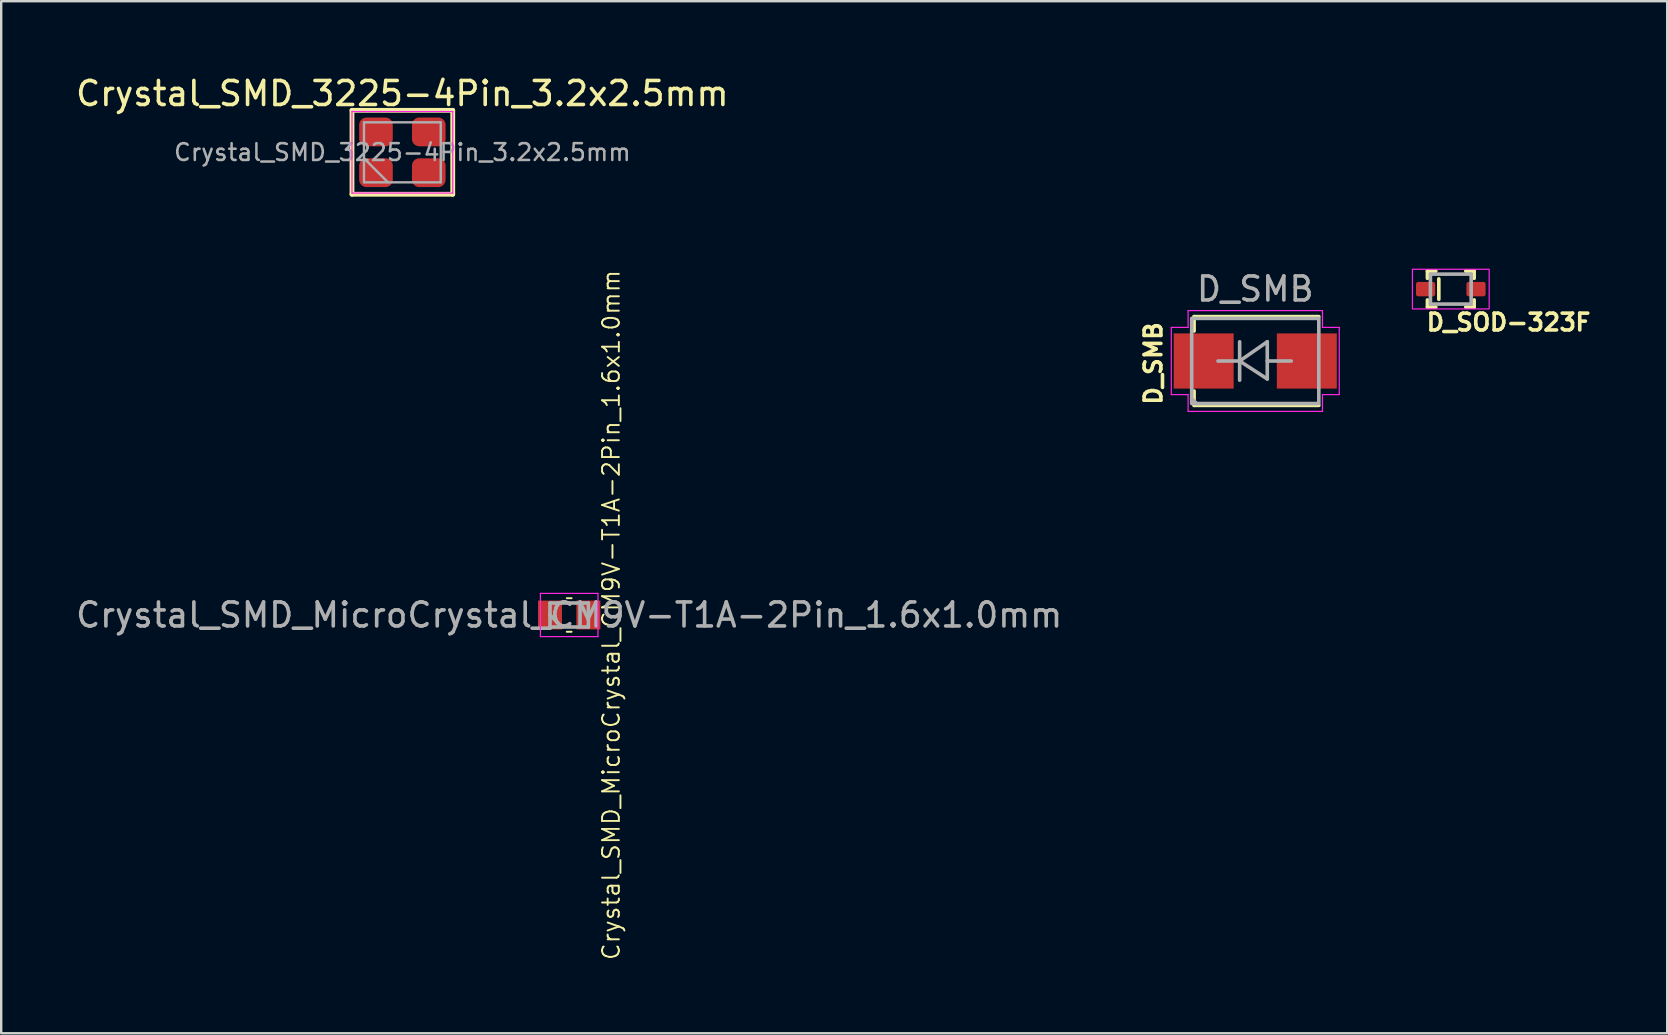
<source format=kicad_pcb>
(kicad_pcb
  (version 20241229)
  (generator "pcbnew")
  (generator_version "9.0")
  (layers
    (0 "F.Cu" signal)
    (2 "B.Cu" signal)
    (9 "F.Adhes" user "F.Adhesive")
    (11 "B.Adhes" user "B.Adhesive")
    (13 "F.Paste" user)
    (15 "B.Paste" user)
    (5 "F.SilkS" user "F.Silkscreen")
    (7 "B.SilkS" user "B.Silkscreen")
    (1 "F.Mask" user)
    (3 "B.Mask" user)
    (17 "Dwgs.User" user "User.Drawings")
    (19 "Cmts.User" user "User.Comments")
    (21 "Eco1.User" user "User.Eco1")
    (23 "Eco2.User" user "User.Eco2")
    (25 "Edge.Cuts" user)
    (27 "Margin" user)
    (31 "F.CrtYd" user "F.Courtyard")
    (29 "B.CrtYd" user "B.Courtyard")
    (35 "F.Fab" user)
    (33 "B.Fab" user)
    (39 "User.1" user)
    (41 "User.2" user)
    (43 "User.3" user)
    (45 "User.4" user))
  (footprint "Crystal_SMD_3225-4Pin_3.2x2.5mm"
    (layer "F.Cu")
    (at 13.72 3.298)
    (property "Reference" "Crystal_SMD_3225-4Pin_3.2x2.5mm" (at 0 -2.45 0) (layer "F.SilkS") (effects (font (size 1 1) (thickness 0.15))))
    (attr smd)
    (fp_line (start -2.1 -1.75) (end -2.1 1.75) (stroke (width 0.2) (type solid)) (layer "F.SilkS"))
    (fp_line (start -2.1 1.75) (end 2.1 1.75) (stroke (width 0.2) (type solid)) (layer "F.SilkS"))
    (fp_line (start 2.1 -1.75) (end -2.1 -1.75) (stroke (width 0.2) (type solid)) (layer "F.SilkS"))
    (fp_line (start 2.1 -1.75) (end 2.1 1.75) (stroke (width 0.2) (type solid)) (layer "F.SilkS"))
    (fp_line (start -2.1 -1.7) (end -2.1 1.7) (stroke (width 0.05) (type solid)) (layer "F.CrtYd"))
    (fp_line (start -2.1 1.7) (end 2.1 1.7) (stroke (width 0.05) (type solid)) (layer "F.CrtYd"))
    (fp_line (start 2.1 -1.7) (end -2.1 -1.7) (stroke (width 0.05) (type solid)) (layer "F.CrtYd"))
    (fp_line (start 2.1 1.7) (end 2.1 -1.7) (stroke (width 0.05) (type solid)) (layer "F.CrtYd"))
    (fp_line (start -1.6 -1.25) (end -1.6 1.25) (stroke (width 0.1) (type solid)) (layer "F.Fab"))
    (fp_line (start -1.6 0.25) (end -0.6 1.25) (stroke (width 0.1) (type solid)) (layer "F.Fab"))
    (fp_line (start -1.6 1.25) (end 1.6 1.25) (stroke (width 0.1) (type solid)) (layer "F.Fab"))
    (fp_line (start 1.6 -1.25) (end -1.6 -1.25) (stroke (width 0.1) (type solid)) (layer "F.Fab"))
    (fp_line (start 1.6 1.25) (end 1.6 -1.25) (stroke (width 0.1) (type solid)) (layer "F.Fab"))
    (fp_text user "${REFERENCE}" (at 0 0 0) (layer "F.Fab") (effects (font (size 0.7 0.7) (thickness 0.105))))
    (pad "1" smd roundrect (at -1.1 0.85) (size 1.4 1.2) (layers "F.Cu" "F.Mask" "F.Paste") (roundrect_rratio 0.25))
    (pad "2" smd roundrect (at 1.1 0.85) (size 1.4 1.2) (layers "F.Cu" "F.Mask" "F.Paste") (roundrect_rratio 0.25))
    (pad "3" smd roundrect (at 1.1 -0.85) (size 1.4 1.2) (layers "F.Cu" "F.Mask" "F.Paste") (roundrect_rratio 0.25))
    (pad "4" smd roundrect (at -1.1 -0.85) (size 1.4 1.2) (layers "F.Cu" "F.Mask" "F.Paste") (roundrect_rratio 0.25)))
  (footprint "D_SMB"
    (layer "F.Cu")
    (at 49.268 11.996)
    (property "Reference" "D_SMB" (at -4.25 0.1 270) (layer "F.SilkS") (effects (font (size 0.7 0.7) (thickness 0.15))))
    (attr smd)
    (fp_line (start -2.55 -1.25) (end -2.55 -1.85) (stroke (width 0.15) (type solid)) (layer "F.SilkS"))
    (fp_line (start -2.55 1.85) (end -2.55 1.25) (stroke (width 0.15) (type solid)) (layer "F.SilkS"))
    (fp_line (start 2.65 -1.85) (end -2.55 -1.85) (stroke (width 0.15) (type solid)) (layer "F.SilkS"))
    (fp_line (start 2.65 1.85) (end -2.55 1.85) (stroke (width 0.15) (type solid)) (layer "F.SilkS"))
    (fp_line (start -3.5 -1.4) (end -3.5 1.4) (stroke (width 0.05) (type solid)) (layer "F.CrtYd"))
    (fp_line (start -3.5 1.4) (end -2.8 1.4) (stroke (width 0.05) (type solid)) (layer "F.CrtYd"))
    (fp_line (start -2.8 -2.1) (end -2.8 -1.4) (stroke (width 0.05) (type solid)) (layer "F.CrtYd"))
    (fp_line (start -2.8 -1.4) (end -3.5 -1.4) (stroke (width 0.05) (type solid)) (layer "F.CrtYd"))
    (fp_line (start -2.8 1.4) (end -2.8 2.1) (stroke (width 0.05) (type solid)) (layer "F.CrtYd"))
    (fp_line (start -2.8 2.1) (end 2.8 2.1) (stroke (width 0.05) (type solid)) (layer "F.CrtYd"))
    (fp_line (start 2.8 -2.1) (end -2.8 -2.1) (stroke (width 0.05) (type solid)) (layer "F.CrtYd"))
    (fp_line (start 2.8 -1.4) (end 2.8 -2.1) (stroke (width 0.05) (type solid)) (layer "F.CrtYd"))
    (fp_line (start 2.8 1.4) (end 3.5 1.4) (stroke (width 0.05) (type solid)) (layer "F.CrtYd"))
    (fp_line (start 2.8 2.1) (end 2.8 1.4) (stroke (width 0.05) (type solid)) (layer "F.CrtYd"))
    (fp_line (start 3.5 -1.4) (end 2.8 -1.4) (stroke (width 0.05) (type solid)) (layer "F.CrtYd"))
    (fp_line (start 3.5 1.4) (end 3.5 -1.4) (stroke (width 0.05) (type solid)) (layer "F.CrtYd"))
    (fp_line (start -2.45 1.77) (end -2.65 1.57) (stroke (width 0.15) (type solid)) (layer "F.Fab"))
    (fp_line (start -1.553 0.001) (end -0.651 0.001) (stroke (width 0.15) (type solid)) (layer "F.Fab"))
    (fp_line (start -0.651 0.801) (end -0.651 -0.801) (stroke (width 0.15) (type solid)) (layer "F.Fab"))
    (fp_line (start 0.5 -0.801) (end -0.651 0.001) (stroke (width 0.15) (type solid)) (layer "F.Fab"))
    (fp_line (start 0.5 -0.801) (end 0.5 0.749) (stroke (width 0.15) (type solid)) (layer "F.Fab"))
    (fp_line (start 0.5 0.749) (end -0.651 0.001) (stroke (width 0.15) (type solid)) (layer "F.Fab"))
    (fp_line (start 1.499 0.001) (end 0.5 0.001) (stroke (width 0.15) (type solid)) (layer "F.Fab"))
    (fp_rect (start 2.648 1.773) (end -2.65 -1.776) (stroke (width 0.15) (type solid)) (fill no) (layer "F.Fab"))
    (fp_rect (start 2.648 1.773) (end -2.65 -1.776) (stroke (width 0.1) (type solid)) (fill no) (layer "User.5"))
    (fp_line (start -2.65 -1) (end -2.65 0.998) (stroke (width 0.02) (type solid)) (layer "User.9"))
    (fp_line (start -2.504 -1) (end -2.65 -1) (stroke (width 0.02) (type solid)) (layer "User.9"))
    (fp_line (start -2.504 0.998) (end -2.65 0.998) (stroke (width 0.02) (type solid)) (layer "User.9"))
    (fp_line (start -2.504 0.998) (end -2.431 0.998) (stroke (width 0.02) (type solid)) (layer "User.9"))
    (fp_line (start -2.431 -1.776) (end 2.43 -1.776) (stroke (width 0.02) (type solid)) (layer "User.9"))
    (fp_line (start -2.431 -1) (end -2.504 -1) (stroke (width 0.02) (type solid)) (layer "User.9"))
    (fp_line (start -2.431 1.773) (end -2.431 -1.776) (stroke (width 0.02) (type solid)) (layer "User.9"))
    (fp_line (start -2.347 -1.692) (end -2.431 -1.776) (stroke (width 0.02) (type solid)) (layer "User.9"))
    (fp_line (start -2.347 -1.692) (end 2.346 -1.692) (stroke (width 0.02) (type solid)) (layer "User.9"))
    (fp_line (start -2.347 1.691) (end -2.431 1.773) (stroke (width 0.02) (type solid)) (layer "User.9"))
    (fp_line (start -2.347 1.691) (end -2.347 -1.692) (stroke (width 0.02) (type solid)) (layer "User.9"))
    (fp_line (start -2.265 -1.609) (end -1.665 -1.609) (stroke (width 0.02) (type solid)) (layer "User.9"))
    (fp_line (start -2.265 1.608) (end -2.265 -1.609) (stroke (width 0.02) (type solid)) (layer "User.9"))
    (fp_line (start -1.665 -1.609) (end -1.665 1.608) (stroke (width 0.02) (type solid)) (layer "User.9"))
    (fp_line (start -1.665 1.608) (end -2.265 1.608) (stroke (width 0.02) (type solid)) (layer "User.9"))
    (fp_line (start 2.346 -1.692) (end 2.346 1.691) (stroke (width 0.02) (type solid)) (layer "User.9"))
    (fp_line (start 2.346 -1.692) (end 2.43 -1.776) (stroke (width 0.02) (type solid)) (layer "User.9"))
    (fp_line (start 2.346 1.691) (end -2.347 1.691) (stroke (width 0.02) (type solid)) (layer "User.9"))
    (fp_line (start 2.346 1.691) (end 2.43 1.773) (stroke (width 0.02) (type solid)) (layer "User.9"))
    (fp_line (start 2.43 -1.776) (end 2.43 1.773) (stroke (width 0.02) (type solid)) (layer "User.9"))
    (fp_line (start 2.43 0.998) (end 2.503 0.998) (stroke (width 0.02) (type solid)) (layer "User.9"))
    (fp_line (start 2.43 1.773) (end -2.431 1.773) (stroke (width 0.02) (type solid)) (layer "User.9"))
    (fp_line (start 2.503 -1) (end 2.43 -1) (stroke (width 0.02) (type solid)) (layer "User.9"))
    (fp_line (start 2.503 -1) (end 2.648 -1) (stroke (width 0.02) (type solid)) (layer "User.9"))
    (fp_line (start 2.503 0.998) (end 2.648 0.998) (stroke (width 0.02) (type solid)) (layer "User.9"))
    (fp_line (start 2.648 0.998) (end 2.648 -1) (stroke (width 0.02) (type solid)) (layer "User.9"))
    (fp_line (start 2.648 0.998) (end 2.648 -1) (stroke (width 0.02) (type solid)) (layer "User.9"))
    (fp_text user "${REFERENCE}" (at 0 -3 180) (layer "F.Fab") (effects (font (size 1 1) (thickness 0.15))))
    (pad "1" smd rect (at -2.15 0 180) (size 2.5 2.3) (layers "F.Cu" "F.Mask" "F.Paste"))
    (pad "2" smd rect (at 2.148 0 180) (size 2.5 2.3) (layers "F.Cu" "F.Mask" "F.Paste")))
  (footprint "D_SOD-323F"
    (layer "F.Cu")
    (at 57.418 9)
    (property "Reference" "D_SOD-323F" (at -1.092 1.794 180) (layer "F.SilkS") (effects (font (size 0.7 0.7) (thickness 0.15)) (justify left bottom)))
    (attr smd)
    (fp_line (start -0.975 -0.75) (end -0.625 -0.75) (stroke (width 0.15) (type solid)) (layer "F.SilkS"))
    (fp_line (start -0.975 -0.45) (end -0.975 -0.75) (stroke (width 0.15) (type solid)) (layer "F.SilkS"))
    (fp_line (start -0.975 0.45) (end -0.975 0.748) (stroke (width 0.15) (type solid)) (layer "F.SilkS"))
    (fp_line (start -0.975 0.748) (end -0.625 0.748) (stroke (width 0.15) (type solid)) (layer "F.SilkS"))
    (fp_line (start -0.5 0.424) (end -0.5 -0.426) (stroke (width 0.15) (type solid)) (layer "F.SilkS"))
    (fp_line (start 0.623 0.748) (end 0.973 0.748) (stroke (width 0.15) (type solid)) (layer "F.SilkS"))
    (fp_line (start 0.973 -0.75) (end 0.623 -0.75) (stroke (width 0.15) (type solid)) (layer "F.SilkS"))
    (fp_line (start 0.973 -0.45) (end 0.973 -0.75) (stroke (width 0.15) (type solid)) (layer "F.SilkS"))
    (fp_line (start 0.973 0.748) (end 0.973 0.45) (stroke (width 0.15) (type solid)) (layer "F.SilkS"))
    (fp_rect (start 1.599 0.825) (end -1.6 -0.827) (stroke (width 0.05) (type solid)) (fill no) (layer "F.CrtYd"))
    (fp_line (start -0.85 -0.625) (end -0.85 0.623) (stroke (width 0.15) (type solid)) (layer "F.Fab"))
    (fp_line (start 0.848 -0.625) (end -0.85 -0.625) (stroke (width 0.15) (type solid)) (layer "F.Fab"))
    (fp_line (start 0.848 0.623) (end -0.85 0.623) (stroke (width 0.15) (type solid)) (layer "F.Fab"))
    (fp_line (start 0.848 0.623) (end 0.848 -0.625) (stroke (width 0.15) (type solid)) (layer "F.Fab"))
    (fp_rect (start 1.249 0.675) (end -1.25 -0.677) (stroke (width 0.1) (type solid)) (fill no) (layer "User.5"))
    (fp_line (start -1.25 -0.202) (end -0.902 -0.202) (stroke (width 0.02) (type solid)) (layer "User.9"))
    (fp_line (start -1.25 0.2) (end -1.25 -0.202) (stroke (width 0.02) (type solid)) (layer "User.9"))
    (fp_line (start -0.902 -0.677) (end -0.902 -0.202) (stroke (width 0.02) (type solid)) (layer "User.9"))
    (fp_line (start -0.902 -0.677) (end -0.827 -0.601) (stroke (width 0.02) (type solid)) (layer "User.9"))
    (fp_line (start -0.902 -0.202) (end -0.902 0.2) (stroke (width 0.02) (type solid)) (layer "User.9"))
    (fp_line (start -0.902 0.2) (end -1.25 0.2) (stroke (width 0.02) (type solid)) (layer "User.9"))
    (fp_line (start -0.902 0.2) (end -0.902 0.675) (stroke (width 0.02) (type solid)) (layer "User.9"))
    (fp_line (start -0.902 0.675) (end -0.827 0.599) (stroke (width 0.02) (type solid)) (layer "User.9"))
    (fp_line (start -0.902 0.675) (end 0.9 0.675) (stroke (width 0.02) (type solid)) (layer "User.9"))
    (fp_line (start -0.778 -0.553) (end -0.827 -0.601) (stroke (width 0.02) (type solid)) (layer "User.9"))
    (fp_line (start -0.778 0.551) (end -0.827 0.599) (stroke (width 0.02) (type solid)) (layer "User.9"))
    (fp_line (start -0.75 -0.439) (end -0.6 -0.439) (stroke (width 0.02) (type solid)) (layer "User.9"))
    (fp_line (start -0.75 0.437) (end -0.75 -0.439) (stroke (width 0.02) (type solid)) (layer "User.9"))
    (fp_line (start -0.6 -0.439) (end -0.6 0.437) (stroke (width 0.02) (type solid)) (layer "User.9"))
    (fp_line (start -0.6 0.437) (end -0.75 0.437) (stroke (width 0.02) (type solid)) (layer "User.9"))
    (fp_line (start 0.825 -0.601) (end 0.776 -0.553) (stroke (width 0.02) (type solid)) (layer "User.9"))
    (fp_line (start 0.825 -0.601) (end 0.9 -0.677) (stroke (width 0.02) (type solid)) (layer "User.9"))
    (fp_line (start 0.825 0.599) (end 0.776 0.551) (stroke (width 0.02) (type solid)) (layer "User.9"))
    (fp_line (start 0.825 0.599) (end 0.9 0.675) (stroke (width 0.02) (type solid)) (layer "User.9"))
    (fp_line (start 0.9 -0.677) (end -0.902 -0.677) (stroke (width 0.02) (type solid)) (layer "User.9"))
    (fp_line (start 0.9 -0.202) (end 0.9 -0.677) (stroke (width 0.02) (type solid)) (layer "User.9"))
    (fp_line (start 0.9 -0.202) (end 1.249 -0.202) (stroke (width 0.02) (type solid)) (layer "User.9"))
    (fp_line (start 0.9 0.2) (end 0.9 -0.202) (stroke (width 0.02) (type solid)) (layer "User.9"))
    (fp_line (start 0.9 0.675) (end 0.9 0.2) (stroke (width 0.02) (type solid)) (layer "User.9"))
    (fp_line (start 1.249 -0.202) (end 1.249 0.2) (stroke (width 0.02) (type solid)) (layer "User.9"))
    (fp_line (start 1.249 0.2) (end 0.9 0.2) (stroke (width 0.02) (type solid)) (layer "User.9"))
    (pad "A" smd roundrect (at 1.05 0 180) (size 0.8 0.6) (layers "F.Cu" "F.Mask" "F.Paste") (roundrect_rratio 0.15))
    (pad "K" smd roundrect (at -1.051 0 180) (size 0.8 0.6) (layers "F.Cu" "F.Mask" "F.Paste") (roundrect_rratio 0.15)))
  (footprint "Crystal_SMD_MicroCrystal_CM9V-T1A-2Pin_1.6x1.0mm"
    (layer "F.Cu")
    (at 20.673 22.582)
    (property "Reference" "Crystal_SMD_MicroCrystal_CM9V-T1A-2Pin_1.6x1.0mm" (at 1.75 0 90) (layer "F.SilkS") (effects (font (size 0.7 0.7) (thickness 0.08))))
    (attr smd)
    (fp_line (start -0.1 -0.7) (end 0.1 -0.7) (stroke (width 0.08) (type solid)) (layer "F.SilkS"))
    (fp_line (start -0.1 0.7) (end 0.1 0.7) (stroke (width 0.08) (type solid)) (layer "F.SilkS"))
    (fp_line (start -1.2 -0.9) (end -1.2 0.9) (stroke (width 0.05) (type solid)) (layer "F.CrtYd"))
    (fp_line (start -1.2 0.9) (end 1.2 0.9) (stroke (width 0.05) (type solid)) (layer "F.CrtYd"))
    (fp_line (start 1.2 -0.9) (end -1.2 -0.9) (stroke (width 0.05) (type solid)) (layer "F.CrtYd"))
    (fp_line (start 1.2 0.9) (end 1.2 -0.9) (stroke (width 0.05) (type solid)) (layer "F.CrtYd"))
    (fp_line (start -0.8 -0.5) (end -0.8 0.5) (stroke (width 0.15) (type solid)) (layer "F.Fab"))
    (fp_line (start -0.8 0) (end -0.3 0.5) (stroke (width 0.15) (type solid)) (layer "F.Fab"))
    (fp_line (start -0.8 0.5) (end 0.8 0.5) (stroke (width 0.15) (type solid)) (layer "F.Fab"))
    (fp_line (start 0.8 -0.5) (end -0.8 -0.5) (stroke (width 0.15) (type solid)) (layer "F.Fab"))
    (fp_line (start 0.8 0.5) (end 0.8 -0.5) (stroke (width 0.15) (type solid)) (layer "F.Fab"))
    (fp_text user "${REFERENCE}" (at 0 0 0) (layer "F.Fab") (effects (font (size 1 1) (thickness 0.15))))
    (pad "1" smd rect (at -0.8 0) (size 1 1.2) (layers "F.Cu" "F.Mask" "F.Paste"))
    (pad "2" smd rect (at 0.8 0) (size 1 1.2) (layers "F.Cu" "F.Mask" "F.Paste")))
  (gr_rect
    (start -3 -3)
    (end 66.436 40.015)
    (stroke (width 0.1) (type default))
    (fill no)
    (layer "Edge.Cuts")))
</source>
